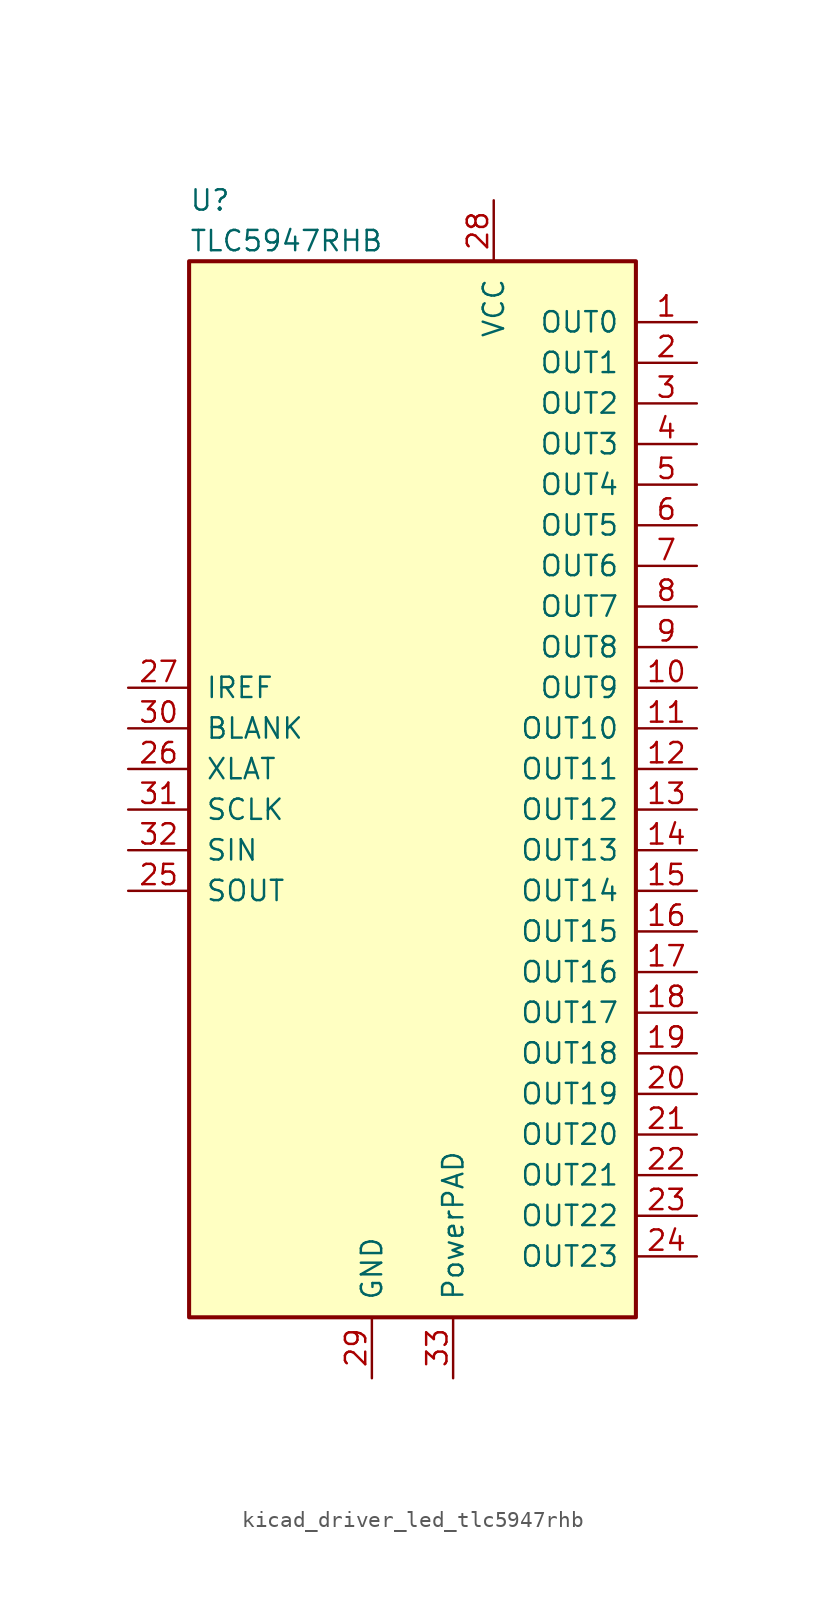
<source format=kicad_sym>
(kicad_symbol_lib
  (version 20220914)
  (generator kicad_symbol_editor)
  (symbol "kicad_driver_led_tlc5947rhb"
    (pin_names
      (offset 1.016))
    (property "Reference" "U"
      (at -13.97 38.1 0)
      (effects (font (size 1.27 1.27)) (justify left)))
    (property "Value" "TLC5947RHB"
      (at -13.97 35.56 0)
      (effects (font (size 1.27 1.27)) (justify left)))
    (symbol "kicad_driver_led_tlc5947rhb_0_1"
      (rectangle (start -13.97 34.29) (end 13.97 -31.75) (stroke (width 0.254) (type default)) (fill (type background)))
      (pin output line (at 17.78 30.48 180) (length 3.81) (name "OUT0" (effects (font (size 1.27 1.27)))) (number "1" (effects (font (size 1.27 1.27)))))
      (pin output line (at 17.78 7.62 180) (length 3.81) (name "OUT9" (effects (font (size 1.27 1.27)))) (number "10" (effects (font (size 1.27 1.27)))))
      (pin output line (at 17.78 5.08 180) (length 3.81) (name "OUT10" (effects (font (size 1.27 1.27)))) (number "11" (effects (font (size 1.27 1.27)))))
      (pin output line (at 17.78 2.54 180) (length 3.81) (name "OUT11" (effects (font (size 1.27 1.27)))) (number "12" (effects (font (size 1.27 1.27)))))
      (pin output line (at 17.78 0 180) (length 3.81) (name "OUT12" (effects (font (size 1.27 1.27)))) (number "13" (effects (font (size 1.27 1.27)))))
      (pin output line (at 17.78 -2.54 180) (length 3.81) (name "OUT13" (effects (font (size 1.27 1.27)))) (number "14" (effects (font (size 1.27 1.27)))))
      (pin output line (at 17.78 -5.08 180) (length 3.81) (name "OUT14" (effects (font (size 1.27 1.27)))) (number "15" (effects (font (size 1.27 1.27)))))
      (pin output line (at 17.78 -7.62 180) (length 3.81) (name "OUT15" (effects (font (size 1.27 1.27)))) (number "16" (effects (font (size 1.27 1.27)))))
      (pin output line (at 17.78 -10.16 180) (length 3.81) (name "OUT16" (effects (font (size 1.27 1.27)))) (number "17" (effects (font (size 1.27 1.27)))))
      (pin output line (at 17.78 -12.7 180) (length 3.81) (name "OUT17" (effects (font (size 1.27 1.27)))) (number "18" (effects (font (size 1.27 1.27)))))
      (pin output line (at 17.78 -15.24 180) (length 3.81) (name "OUT18" (effects (font (size 1.27 1.27)))) (number "19" (effects (font (size 1.27 1.27)))))
      (pin output line (at 17.78 27.94 180) (length 3.81) (name "OUT1" (effects (font (size 1.27 1.27)))) (number "2" (effects (font (size 1.27 1.27)))))
      (pin output line (at 17.78 -17.78 180) (length 3.81) (name "OUT19" (effects (font (size 1.27 1.27)))) (number "20" (effects (font (size 1.27 1.27)))))
      (pin output line (at 17.78 -20.32 180) (length 3.81) (name "OUT20" (effects (font (size 1.27 1.27)))) (number "21" (effects (font (size 1.27 1.27)))))
      (pin output line (at 17.78 -22.86 180) (length 3.81) (name "OUT21" (effects (font (size 1.27 1.27)))) (number "22" (effects (font (size 1.27 1.27)))))
      (pin output line (at 17.78 -25.4 180) (length 3.81) (name "OUT22" (effects (font (size 1.27 1.27)))) (number "23" (effects (font (size 1.27 1.27)))))
      (pin output line (at 17.78 -27.94 180) (length 3.81) (name "OUT23" (effects (font (size 1.27 1.27)))) (number "24" (effects (font (size 1.27 1.27)))))
      (pin output line (at -17.78 -5.08 0) (length 3.81) (name "SOUT" (effects (font (size 1.27 1.27)))) (number "25" (effects (font (size 1.27 1.27)))))
      (pin input line (at -17.78 2.54 0) (length 3.81) (name "XLAT" (effects (font (size 1.27 1.27)))) (number "26" (effects (font (size 1.27 1.27)))))
      (pin input line (at -17.78 7.62 0) (length 3.81) (name "IREF" (effects (font (size 1.27 1.27)))) (number "27" (effects (font (size 1.27 1.27)))))
      (pin power_in line (at 5.08 38.1 270) (length 3.81) (name "VCC" (effects (font (size 1.27 1.27)))) (number "28" (effects (font (size 1.27 1.27)))))
      (pin power_in line (at -2.54 -35.56 90) (length 3.81) (name "GND" (effects (font (size 1.27 1.27)))) (number "29" (effects (font (size 1.27 1.27)))))
      (pin output line (at 17.78 25.4 180) (length 3.81) (name "OUT2" (effects (font (size 1.27 1.27)))) (number "3" (effects (font (size 1.27 1.27)))))
      (pin input line (at -17.78 5.08 0) (length 3.81) (name "BLANK" (effects (font (size 1.27 1.27)))) (number "30" (effects (font (size 1.27 1.27)))))
      (pin input line (at -17.78 0 0) (length 3.81) (name "SCLK" (effects (font (size 1.27 1.27)))) (number "31" (effects (font (size 1.27 1.27)))))
      (pin input line (at -17.78 -2.54 0) (length 3.81) (name "SIN" (effects (font (size 1.27 1.27)))) (number "32" (effects (font (size 1.27 1.27)))))
      (pin power_in line (at 2.54 -35.56 90) (length 3.81) (name "PowerPAD" (effects (font (size 1.27 1.27)))) (number "33" (effects (font (size 1.27 1.27)))))
      (pin output line (at 17.78 22.86 180) (length 3.81) (name "OUT3" (effects (font (size 1.27 1.27)))) (number "4" (effects (font (size 1.27 1.27)))))
      (pin output line (at 17.78 20.32 180) (length 3.81) (name "OUT4" (effects (font (size 1.27 1.27)))) (number "5" (effects (font (size 1.27 1.27)))))
      (pin output line (at 17.78 17.78 180) (length 3.81) (name "OUT5" (effects (font (size 1.27 1.27)))) (number "6" (effects (font (size 1.27 1.27)))))
      (pin output line (at 17.78 15.24 180) (length 3.81) (name "OUT6" (effects (font (size 1.27 1.27)))) (number "7" (effects (font (size 1.27 1.27)))))
      (pin output line (at 17.78 12.7 180) (length 3.81) (name "OUT7" (effects (font (size 1.27 1.27)))) (number "8" (effects (font (size 1.27 1.27)))))
      (pin output line (at 17.78 10.16 180) (length 3.81) (name "OUT8" (effects (font (size 1.27 1.27)))) (number "9" (effects (font (size 1.27 1.27))))))))
</source>
